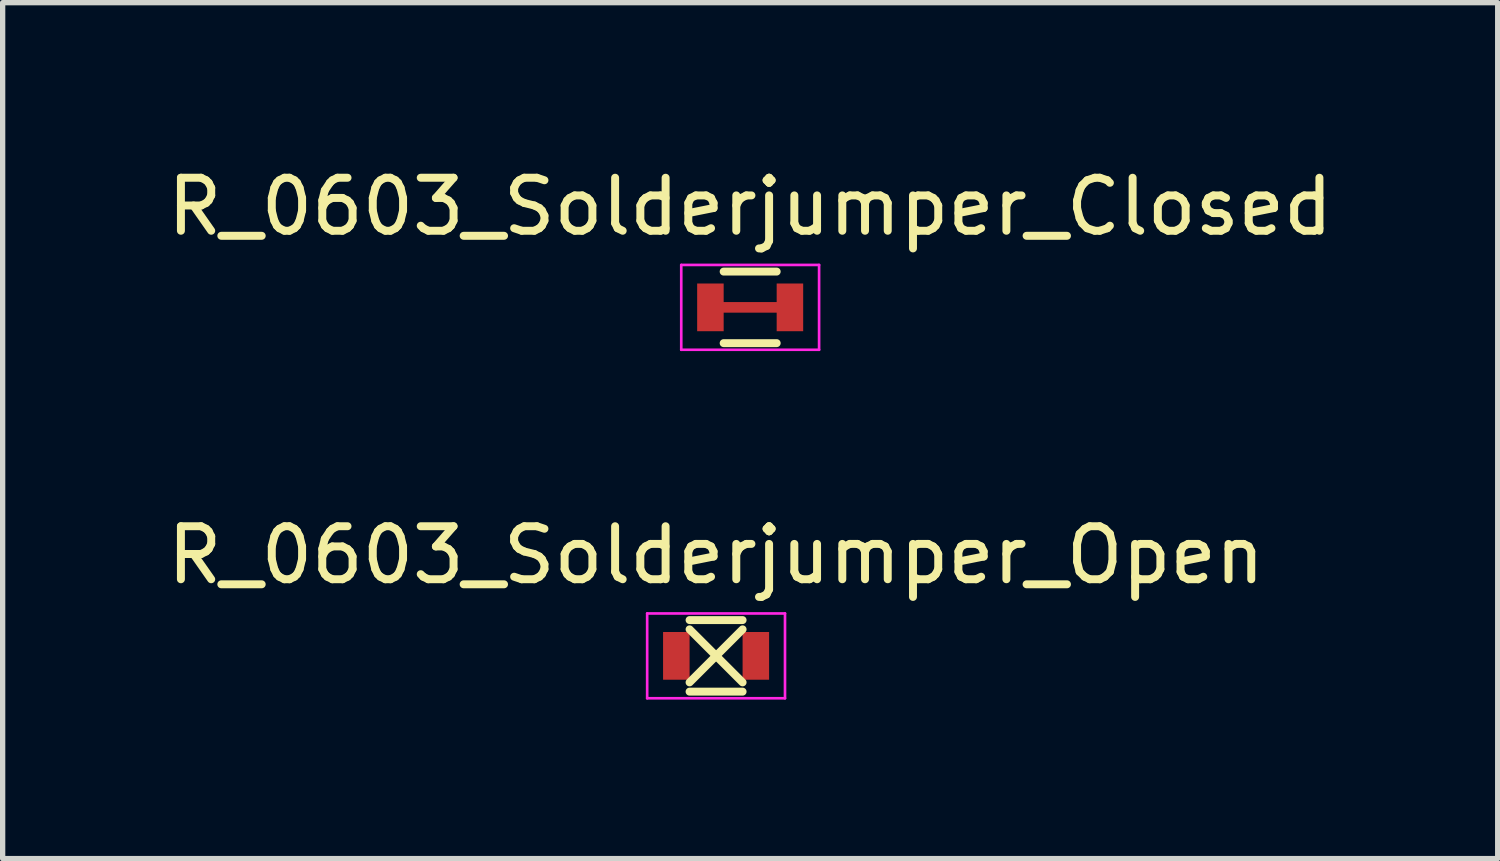
<source format=kicad_pcb>
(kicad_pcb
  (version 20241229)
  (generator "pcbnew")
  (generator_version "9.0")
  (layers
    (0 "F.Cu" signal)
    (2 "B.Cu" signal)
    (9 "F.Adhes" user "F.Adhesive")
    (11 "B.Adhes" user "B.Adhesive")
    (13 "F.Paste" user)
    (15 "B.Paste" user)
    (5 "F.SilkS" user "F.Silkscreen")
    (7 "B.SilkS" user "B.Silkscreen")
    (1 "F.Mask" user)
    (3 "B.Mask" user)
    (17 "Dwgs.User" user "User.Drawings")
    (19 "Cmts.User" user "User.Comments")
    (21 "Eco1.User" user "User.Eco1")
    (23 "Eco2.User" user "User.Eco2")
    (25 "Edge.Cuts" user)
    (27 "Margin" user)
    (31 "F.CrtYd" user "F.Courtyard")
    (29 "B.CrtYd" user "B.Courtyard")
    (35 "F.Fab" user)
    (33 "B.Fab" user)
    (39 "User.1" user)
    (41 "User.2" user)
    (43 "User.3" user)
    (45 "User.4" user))
  (footprint "R_0603_Solderjumper_Closed"
    (layer "F.Cu")
    (at 11.101 2.748)
    (property "Reference" "R_0603_Solderjumper_Closed" (at 0 -1.9 0) (layer "F.SilkS") (effects (font (size 1 1) (thickness 0.15))))
    (attr smd)
    (fp_line (start -0.75 0) (end 0.75 0) (stroke (width 0.2) (type solid)) (layer "F.Cu"))
    (fp_line (start -0.5 -0.675) (end 0.5 -0.675) (stroke (width 0.15) (type solid)) (layer "F.SilkS"))
    (fp_line (start 0.5 0.675) (end -0.5 0.675) (stroke (width 0.15) (type solid)) (layer "F.SilkS"))
    (fp_line (start -1.3 -0.8) (end -1.3 0.8) (stroke (width 0.05) (type solid)) (layer "F.CrtYd"))
    (fp_line (start -1.3 -0.8) (end 1.3 -0.8) (stroke (width 0.05) (type solid)) (layer "F.CrtYd"))
    (fp_line (start -1.3 0.8) (end 1.3 0.8) (stroke (width 0.05) (type solid)) (layer "F.CrtYd"))
    (fp_line (start 1.3 -0.8) (end 1.3 0.8) (stroke (width 0.05) (type solid)) (layer "F.CrtYd"))
    (pad "1" smd rect (at -0.75 0) (size 0.5 0.9) (layers "F.Cu" "F.Mask" "F.Paste"))
    (pad "2" smd rect (at 0.75 0) (size 0.5 0.9) (layers "F.Cu" "F.Mask" "F.Paste")))
  (footprint "R_0603_Solderjumper_Open"
    (layer "F.Cu")
    (at 10.458 9.322)
    (property "Reference" "R_0603_Solderjumper_Open" (at 0 -1.9 0) (layer "F.SilkS") (effects (font (size 1 1) (thickness 0.15))))
    (attr smd)
    (fp_line (start -0.5 -0.675) (end 0.5 -0.675) (stroke (width 0.15) (type solid)) (layer "F.SilkS"))
    (fp_line (start -0.5 -0.5) (end 0.5 0.5) (stroke (width 0.15) (type solid)) (layer "F.SilkS"))
    (fp_line (start -0.5 0.5) (end 0.5 -0.5) (stroke (width 0.15) (type solid)) (layer "F.SilkS"))
    (fp_line (start 0.5 0.675) (end -0.5 0.675) (stroke (width 0.15) (type solid)) (layer "F.SilkS"))
    (fp_line (start -1.3 -0.8) (end -1.3 0.8) (stroke (width 0.05) (type solid)) (layer "F.CrtYd"))
    (fp_line (start -1.3 -0.8) (end 1.3 -0.8) (stroke (width 0.05) (type solid)) (layer "F.CrtYd"))
    (fp_line (start -1.3 0.8) (end 1.3 0.8) (stroke (width 0.05) (type solid)) (layer "F.CrtYd"))
    (fp_line (start 1.3 -0.8) (end 1.3 0.8) (stroke (width 0.05) (type solid)) (layer "F.CrtYd"))
    (pad "1" smd rect (at -0.75 0) (size 0.5 0.9) (layers "F.Cu" "F.Mask" "F.Paste"))
    (pad "2" smd rect (at 0.75 0) (size 0.5 0.9) (layers "F.Cu" "F.Mask" "F.Paste")))
  (gr_rect
    (start -3 -3)
    (end 25.202 13.146)
    (stroke (width 0.1) (type default))
    (fill no)
    (layer "Edge.Cuts")))
</source>
